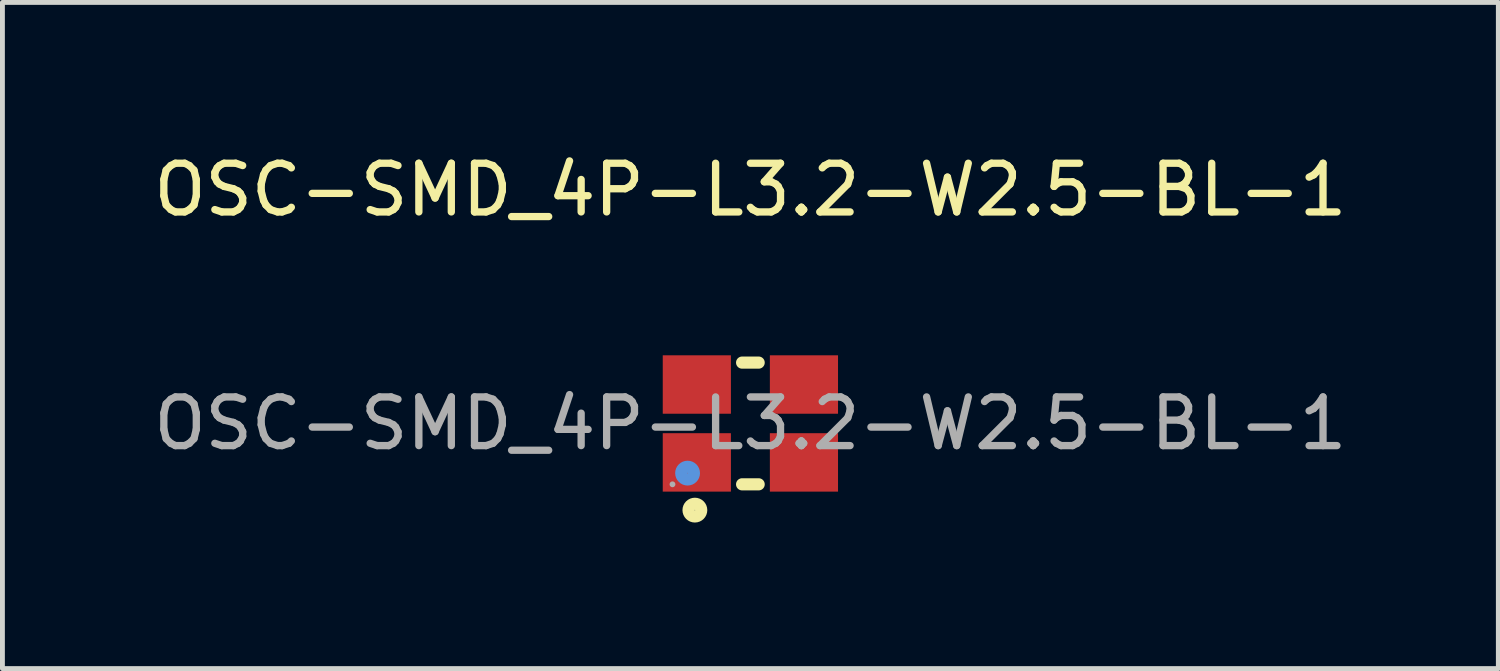
<source format=kicad_pcb>
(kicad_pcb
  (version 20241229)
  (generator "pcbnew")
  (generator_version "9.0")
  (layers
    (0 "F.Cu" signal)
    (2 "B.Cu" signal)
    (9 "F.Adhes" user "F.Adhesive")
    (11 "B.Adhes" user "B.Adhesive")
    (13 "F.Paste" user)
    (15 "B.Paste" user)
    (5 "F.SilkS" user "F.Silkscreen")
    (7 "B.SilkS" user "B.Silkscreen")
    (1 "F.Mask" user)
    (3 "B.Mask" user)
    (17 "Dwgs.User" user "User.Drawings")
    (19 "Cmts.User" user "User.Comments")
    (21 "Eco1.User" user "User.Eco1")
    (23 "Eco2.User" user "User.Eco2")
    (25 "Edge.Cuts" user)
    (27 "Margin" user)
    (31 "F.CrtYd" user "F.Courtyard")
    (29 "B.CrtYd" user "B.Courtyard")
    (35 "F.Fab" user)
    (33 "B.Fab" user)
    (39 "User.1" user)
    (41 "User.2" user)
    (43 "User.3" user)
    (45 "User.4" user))
  (footprint "OSC-SMD_4P-L3.2-W2.5-BL-1"
    (layer "F.Cu")
    (at 12.363 5.648)
    (property "Reference" "OSC-SMD_4P-L3.2-W2.5-BL-1" (at 0 -4.8 0) (layer "F.SilkS") (effects (font (size 1 1) (thickness 0.15))))
    (attr smd)
    (fp_line (start -0.17 -1.25) (end 0.17 -1.25) (stroke (width 0.25) (type solid)) (layer "F.SilkS"))
    (fp_line (start -0.17 1.25) (end 0.17 1.25) (stroke (width 0.25) (type solid)) (layer "F.SilkS"))
    (fp_circle (center -1.14 1.78) (end -1.01 1.78) (stroke (width 0.25) (type solid)) (fill no) (layer "F.SilkS"))
    (fp_circle (center -1.29 1.02) (end -1.16 1.02) (stroke (width 0.25) (type solid)) (fill no) (layer "Cmts.User"))
    (fp_circle (center -1.6 1.25) (end -1.57 1.25) (stroke (width 0.06) (type solid)) (fill no) (layer "F.Fab"))
    (fp_text user "${REFERENCE}" (at 0 0 0) (layer "F.Fab") (effects (font (size 1 1) (thickness 0.15))))
    (pad "1" smd rect (at -1.1 0.8) (size 1.4 1.2) (layers "F.Cu" "F.Mask" "F.Paste"))
    (pad "2" smd rect (at 1.1 0.8) (size 1.4 1.2) (layers "F.Cu" "F.Mask" "F.Paste"))
    (pad "3" smd rect (at 1.1 -0.8) (size 1.4 1.2) (layers "F.Cu" "F.Mask" "F.Paste"))
    (pad "4" smd rect (at -1.1 -0.8) (size 1.4 1.2) (layers "F.Cu" "F.Mask" "F.Paste")))
  (gr_rect
    (start -3 -3)
    (end 27.726 10.683)
    (stroke (width 0.1) (type default))
    (fill no)
    (layer "Edge.Cuts")))
</source>
